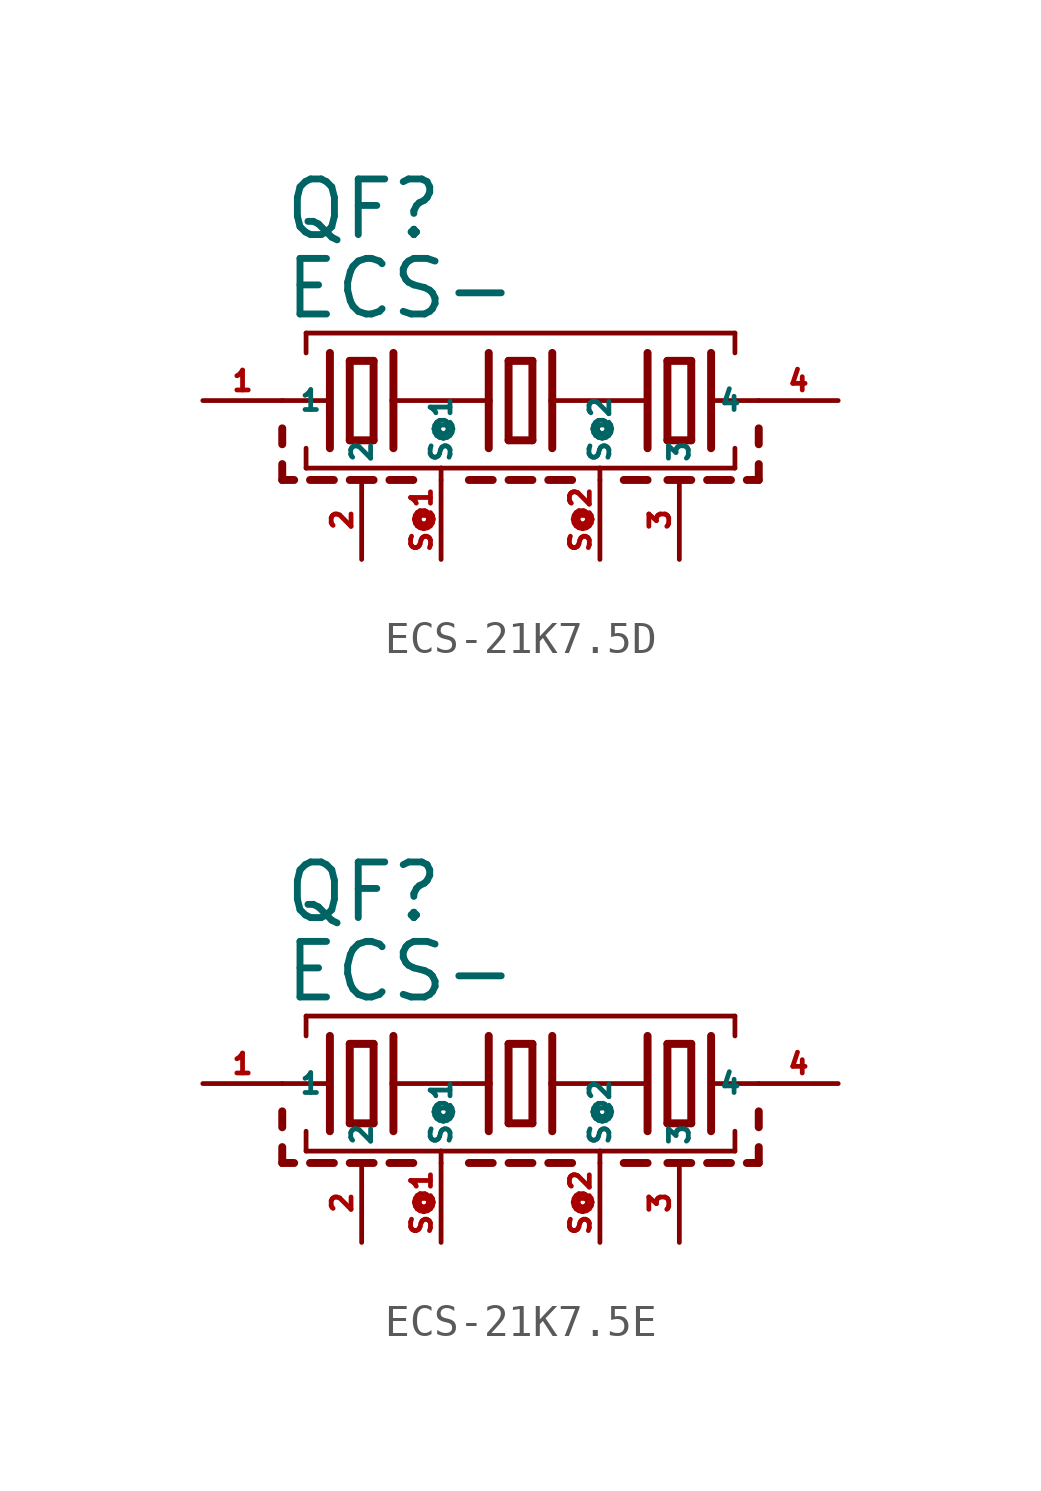
<source format=kicad_sym>
(kicad_symbol_lib
  (version 20220914)
  (generator Eagle2Kicad)
  (symbol "ECS-21K7.5D"
    (property "Reference" "QF"
      (at -7.62 5.08 0)
      (effects (font (size 1.778 1.778) (thickness 0.22)) (justify left bottom)))
    (property "Value" "ECS-"
      (at -7.62 2.54 0)
      (effects (font (size 1.778 1.778) (thickness 0.22)) (justify left bottom)))
    (polyline
      (pts (xy 6.096 0) (xy 7.62 0))
      (stroke (width 0.152) (type default))
      (fill (type none)))
    (polyline
      (pts (xy -7.62 0) (xy -6.096 0))
      (stroke (width 0.152) (type default))
      (fill (type none)))
    (polyline
      (pts (xy -0.381 1.27) (xy -0.381 -1.27))
      (stroke (width 0.254) (type default))
      (fill (type none)))
    (polyline
      (pts (xy -0.381 -1.27) (xy 0.381 -1.27))
      (stroke (width 0.254) (type default))
      (fill (type none)))
    (polyline
      (pts (xy 0.381 -1.27) (xy 0.381 1.27))
      (stroke (width 0.254) (type default))
      (fill (type none)))
    (polyline
      (pts (xy 0.381 1.27) (xy -0.381 1.27))
      (stroke (width 0.254) (type default))
      (fill (type none)))
    (polyline
      (pts (xy 6.096 1.524) (xy 6.096 -1.524))
      (stroke (width 0.254) (type default))
      (fill (type none)))
    (polyline
      (pts (xy -6.096 1.524) (xy -6.096 -1.524))
      (stroke (width 0.254) (type default))
      (fill (type none)))
    (polyline
      (pts (xy -6.858 1.524) (xy -6.858 2.159))
      (stroke (width 0.152) (type default))
      (fill (type none)))
    (polyline
      (pts (xy -6.858 2.159) (xy 6.858 2.159))
      (stroke (width 0.152) (type default))
      (fill (type none)))
    (polyline
      (pts (xy 6.858 2.159) (xy 6.858 1.524))
      (stroke (width 0.152) (type default))
      (fill (type none)))
    (polyline
      (pts (xy 6.858 -1.524) (xy 6.858 -2.159))
      (stroke (width 0.152) (type default))
      (fill (type none)))
    (polyline
      (pts (xy -6.858 -2.159) (xy -2.54 -2.159))
      (stroke (width 0.152) (type default))
      (fill (type none)))
    (polyline
      (pts (xy -2.54 -2.159) (xy 2.54 -2.159))
      (stroke (width 0.152) (type default))
      (fill (type none)))
    (polyline
      (pts (xy 2.54 -2.159) (xy 6.858 -2.159))
      (stroke (width 0.152) (type default))
      (fill (type none)))
    (polyline
      (pts (xy -6.858 -2.159) (xy -6.858 -1.524))
      (stroke (width 0.152) (type default))
      (fill (type none)))
    (polyline
      (pts (xy -1.016 1.524) (xy -1.016 0))
      (stroke (width 0.254) (type default))
      (fill (type none)))
    (polyline
      (pts (xy -1.016 0) (xy -1.016 -1.524))
      (stroke (width 0.254) (type default))
      (fill (type none)))
    (polyline
      (pts (xy 1.016 1.524) (xy 1.016 0))
      (stroke (width 0.254) (type default))
      (fill (type none)))
    (polyline
      (pts (xy 1.016 0) (xy 1.016 -1.524))
      (stroke (width 0.254) (type default))
      (fill (type none)))
    (polyline
      (pts (xy -4.699 1.27) (xy -5.461 1.27))
      (stroke (width 0.254) (type default))
      (fill (type none)))
    (polyline
      (pts (xy -5.461 -1.27) (xy -4.699 -1.27))
      (stroke (width 0.254) (type default))
      (fill (type none)))
    (polyline
      (pts (xy -5.461 1.27) (xy -5.461 -1.27))
      (stroke (width 0.254) (type default))
      (fill (type none)))
    (polyline
      (pts (xy -4.699 -1.27) (xy -4.699 1.27))
      (stroke (width 0.254) (type default))
      (fill (type none)))
    (polyline
      (pts (xy 5.461 -1.27) (xy 5.461 1.27))
      (stroke (width 0.254) (type default))
      (fill (type none)))
    (polyline
      (pts (xy 4.699 1.27) (xy 4.699 -1.27))
      (stroke (width 0.254) (type default))
      (fill (type none)))
    (polyline
      (pts (xy 5.461 1.27) (xy 4.699 1.27))
      (stroke (width 0.254) (type default))
      (fill (type none)))
    (polyline
      (pts (xy 4.699 -1.27) (xy 5.461 -1.27))
      (stroke (width 0.254) (type default))
      (fill (type none)))
    (polyline
      (pts (xy 4.064 1.524) (xy 4.064 -1.524))
      (stroke (width 0.254) (type default))
      (fill (type none)))
    (polyline
      (pts (xy -4.064 1.524) (xy -4.064 0))
      (stroke (width 0.254) (type default))
      (fill (type none)))
    (polyline
      (pts (xy -4.064 0) (xy -4.064 -1.524))
      (stroke (width 0.254) (type default))
      (fill (type none)))
    (polyline
      (pts (xy -4.064 0) (xy -1.016 0))
      (stroke (width 0.152) (type default))
      (fill (type none)))
    (polyline
      (pts (xy 1.016 0) (xy 4.064 0))
      (stroke (width 0.152) (type default))
      (fill (type none)))
    (polyline
      (pts (xy -7.62 -2.032) (xy -7.62 -2.54))
      (stroke (width 0.254) (type default))
      (fill (type none)))
    (polyline
      (pts (xy -7.62 -2.54) (xy -7.239 -2.54))
      (stroke (width 0.254) (type default))
      (fill (type none)))
    (polyline
      (pts (xy -5.461 -2.54) (xy -4.699 -2.54))
      (stroke (width 0.254) (type default))
      (fill (type none)))
    (polyline
      (pts (xy -6.731 -2.54) (xy -5.969 -2.54))
      (stroke (width 0.254) (type default))
      (fill (type none)))
    (polyline
      (pts (xy 4.699 -2.54) (xy 5.461 -2.54))
      (stroke (width 0.254) (type default))
      (fill (type none)))
    (polyline
      (pts (xy -4.191 -2.54) (xy -3.429 -2.54))
      (stroke (width 0.254) (type default))
      (fill (type none)))
    (polyline
      (pts (xy -1.651 -2.54) (xy -0.889 -2.54))
      (stroke (width 0.254) (type default))
      (fill (type none)))
    (polyline
      (pts (xy -0.381 -2.54) (xy 0.381 -2.54))
      (stroke (width 0.254) (type default))
      (fill (type none)))
    (polyline
      (pts (xy 0.889 -2.54) (xy 1.651 -2.54))
      (stroke (width 0.254) (type default))
      (fill (type none)))
    (polyline
      (pts (xy 3.302 -2.54) (xy 4.064 -2.54))
      (stroke (width 0.254) (type default))
      (fill (type none)))
    (polyline
      (pts (xy -2.54 -2.54) (xy -2.54 -2.159))
      (stroke (width 0.152) (type default))
      (fill (type none)))
    (polyline
      (pts (xy 2.54 -2.54) (xy 2.54 -2.159))
      (stroke (width 0.152) (type default))
      (fill (type none)))
    (polyline
      (pts (xy 7.62 -2.54) (xy 7.239 -2.54))
      (stroke (width 0.254) (type default))
      (fill (type none)))
    (polyline
      (pts (xy 6.731 -2.54) (xy 5.969 -2.54))
      (stroke (width 0.254) (type default))
      (fill (type none)))
    (polyline
      (pts (xy 7.62 -2.032) (xy 7.62 -2.54))
      (stroke (width 0.254) (type default))
      (fill (type none)))
    (polyline
      (pts (xy -7.62 -0.889) (xy -7.62 -1.397))
      (stroke (width 0.254) (type default))
      (fill (type none)))
    (polyline
      (pts (xy 7.62 -0.889) (xy 7.62 -1.397))
      (stroke (width 0.254) (type default))
      (fill (type none)))
    (pin passive line
      (at 10.16 0 180)
      (length 2.54)
      (name "4" (effects (font (size 0.635 0.635) (thickness 0.08)) (justify left bottom)))
      (number "4" (effects (font (size 0.635 0.635) (thickness 0.08)) (justify left bottom))))
    (pin passive line
      (at -10.16 0 0)
      (length 2.54)
      (name "1" (effects (font (size 0.635 0.635) (thickness 0.08)) (justify left bottom)))
      (number "1" (effects (font (size 0.635 0.635) (thickness 0.08)) (justify left bottom))))
    (pin passive line
      (at -5.08 -5.08 90)
      (length 2.54)
      (name "2" (effects (font (size 0.635 0.635) (thickness 0.08)) (justify left bottom)))
      (number "2" (effects (font (size 0.635 0.635) (thickness 0.08)) (justify left bottom))))
    (pin passive line
      (at 5.08 -5.08 90)
      (length 2.54)
      (name "3" (effects (font (size 0.635 0.635) (thickness 0.08)) (justify left bottom)))
      (number "3" (effects (font (size 0.635 0.635) (thickness 0.08)) (justify left bottom))))
    (pin passive line
      (at -2.54 -5.08 90)
      (length 2.54)
      (name "S@1" (effects (font (size 0.635 0.635) (thickness 0.08)) (justify left bottom)))
      (number "S@1" (effects (font (size 0.635 0.635) (thickness 0.08)) (justify left bottom))))
    (pin passive line
      (at 2.54 -5.08 90)
      (length 2.54)
      (name "S@2" (effects (font (size 0.635 0.635) (thickness 0.08)) (justify left bottom)))
      (number "S@2" (effects (font (size 0.635 0.635) (thickness 0.08)) (justify left bottom)))))
  (symbol "ECS-21K7.5E"
    (property "Reference" "QF"
      (at -7.62 5.08 0)
      (effects (font (size 1.778 1.778) (thickness 0.22)) (justify left bottom)))
    (property "Value" "ECS-"
      (at -7.62 2.54 0)
      (effects (font (size 1.778 1.778) (thickness 0.22)) (justify left bottom)))
    (polyline
      (pts (xy 6.096 0) (xy 7.62 0))
      (stroke (width 0.152) (type default))
      (fill (type none)))
    (polyline
      (pts (xy -7.62 0) (xy -6.096 0))
      (stroke (width 0.152) (type default))
      (fill (type none)))
    (polyline
      (pts (xy -0.381 1.27) (xy -0.381 -1.27))
      (stroke (width 0.254) (type default))
      (fill (type none)))
    (polyline
      (pts (xy -0.381 -1.27) (xy 0.381 -1.27))
      (stroke (width 0.254) (type default))
      (fill (type none)))
    (polyline
      (pts (xy 0.381 -1.27) (xy 0.381 1.27))
      (stroke (width 0.254) (type default))
      (fill (type none)))
    (polyline
      (pts (xy 0.381 1.27) (xy -0.381 1.27))
      (stroke (width 0.254) (type default))
      (fill (type none)))
    (polyline
      (pts (xy 6.096 1.524) (xy 6.096 -1.524))
      (stroke (width 0.254) (type default))
      (fill (type none)))
    (polyline
      (pts (xy -6.096 1.524) (xy -6.096 -1.524))
      (stroke (width 0.254) (type default))
      (fill (type none)))
    (polyline
      (pts (xy -6.858 1.524) (xy -6.858 2.159))
      (stroke (width 0.152) (type default))
      (fill (type none)))
    (polyline
      (pts (xy -6.858 2.159) (xy 6.858 2.159))
      (stroke (width 0.152) (type default))
      (fill (type none)))
    (polyline
      (pts (xy 6.858 2.159) (xy 6.858 1.524))
      (stroke (width 0.152) (type default))
      (fill (type none)))
    (polyline
      (pts (xy 6.858 -1.524) (xy 6.858 -2.159))
      (stroke (width 0.152) (type default))
      (fill (type none)))
    (polyline
      (pts (xy -6.858 -2.159) (xy -2.54 -2.159))
      (stroke (width 0.152) (type default))
      (fill (type none)))
    (polyline
      (pts (xy -2.54 -2.159) (xy 2.54 -2.159))
      (stroke (width 0.152) (type default))
      (fill (type none)))
    (polyline
      (pts (xy 2.54 -2.159) (xy 6.858 -2.159))
      (stroke (width 0.152) (type default))
      (fill (type none)))
    (polyline
      (pts (xy -6.858 -2.159) (xy -6.858 -1.524))
      (stroke (width 0.152) (type default))
      (fill (type none)))
    (polyline
      (pts (xy -1.016 1.524) (xy -1.016 0))
      (stroke (width 0.254) (type default))
      (fill (type none)))
    (polyline
      (pts (xy -1.016 0) (xy -1.016 -1.524))
      (stroke (width 0.254) (type default))
      (fill (type none)))
    (polyline
      (pts (xy 1.016 1.524) (xy 1.016 0))
      (stroke (width 0.254) (type default))
      (fill (type none)))
    (polyline
      (pts (xy 1.016 0) (xy 1.016 -1.524))
      (stroke (width 0.254) (type default))
      (fill (type none)))
    (polyline
      (pts (xy -4.699 1.27) (xy -5.461 1.27))
      (stroke (width 0.254) (type default))
      (fill (type none)))
    (polyline
      (pts (xy -5.461 -1.27) (xy -4.699 -1.27))
      (stroke (width 0.254) (type default))
      (fill (type none)))
    (polyline
      (pts (xy -5.461 1.27) (xy -5.461 -1.27))
      (stroke (width 0.254) (type default))
      (fill (type none)))
    (polyline
      (pts (xy -4.699 -1.27) (xy -4.699 1.27))
      (stroke (width 0.254) (type default))
      (fill (type none)))
    (polyline
      (pts (xy 5.461 -1.27) (xy 5.461 1.27))
      (stroke (width 0.254) (type default))
      (fill (type none)))
    (polyline
      (pts (xy 4.699 1.27) (xy 4.699 -1.27))
      (stroke (width 0.254) (type default))
      (fill (type none)))
    (polyline
      (pts (xy 5.461 1.27) (xy 4.699 1.27))
      (stroke (width 0.254) (type default))
      (fill (type none)))
    (polyline
      (pts (xy 4.699 -1.27) (xy 5.461 -1.27))
      (stroke (width 0.254) (type default))
      (fill (type none)))
    (polyline
      (pts (xy 4.064 1.524) (xy 4.064 -1.524))
      (stroke (width 0.254) (type default))
      (fill (type none)))
    (polyline
      (pts (xy -4.064 1.524) (xy -4.064 0))
      (stroke (width 0.254) (type default))
      (fill (type none)))
    (polyline
      (pts (xy -4.064 0) (xy -4.064 -1.524))
      (stroke (width 0.254) (type default))
      (fill (type none)))
    (polyline
      (pts (xy -4.064 0) (xy -1.016 0))
      (stroke (width 0.152) (type default))
      (fill (type none)))
    (polyline
      (pts (xy 1.016 0) (xy 4.064 0))
      (stroke (width 0.152) (type default))
      (fill (type none)))
    (polyline
      (pts (xy -7.62 -2.032) (xy -7.62 -2.54))
      (stroke (width 0.254) (type default))
      (fill (type none)))
    (polyline
      (pts (xy -7.62 -2.54) (xy -7.239 -2.54))
      (stroke (width 0.254) (type default))
      (fill (type none)))
    (polyline
      (pts (xy -5.461 -2.54) (xy -4.699 -2.54))
      (stroke (width 0.254) (type default))
      (fill (type none)))
    (polyline
      (pts (xy -6.731 -2.54) (xy -5.969 -2.54))
      (stroke (width 0.254) (type default))
      (fill (type none)))
    (polyline
      (pts (xy 4.699 -2.54) (xy 5.461 -2.54))
      (stroke (width 0.254) (type default))
      (fill (type none)))
    (polyline
      (pts (xy -4.191 -2.54) (xy -3.429 -2.54))
      (stroke (width 0.254) (type default))
      (fill (type none)))
    (polyline
      (pts (xy -1.651 -2.54) (xy -0.889 -2.54))
      (stroke (width 0.254) (type default))
      (fill (type none)))
    (polyline
      (pts (xy -0.381 -2.54) (xy 0.381 -2.54))
      (stroke (width 0.254) (type default))
      (fill (type none)))
    (polyline
      (pts (xy 0.889 -2.54) (xy 1.651 -2.54))
      (stroke (width 0.254) (type default))
      (fill (type none)))
    (polyline
      (pts (xy 3.302 -2.54) (xy 4.064 -2.54))
      (stroke (width 0.254) (type default))
      (fill (type none)))
    (polyline
      (pts (xy -2.54 -2.54) (xy -2.54 -2.159))
      (stroke (width 0.152) (type default))
      (fill (type none)))
    (polyline
      (pts (xy 2.54 -2.54) (xy 2.54 -2.159))
      (stroke (width 0.152) (type default))
      (fill (type none)))
    (polyline
      (pts (xy 7.62 -2.54) (xy 7.239 -2.54))
      (stroke (width 0.254) (type default))
      (fill (type none)))
    (polyline
      (pts (xy 6.731 -2.54) (xy 5.969 -2.54))
      (stroke (width 0.254) (type default))
      (fill (type none)))
    (polyline
      (pts (xy 7.62 -2.032) (xy 7.62 -2.54))
      (stroke (width 0.254) (type default))
      (fill (type none)))
    (polyline
      (pts (xy -7.62 -0.889) (xy -7.62 -1.397))
      (stroke (width 0.254) (type default))
      (fill (type none)))
    (polyline
      (pts (xy 7.62 -0.889) (xy 7.62 -1.397))
      (stroke (width 0.254) (type default))
      (fill (type none)))
    (pin passive line
      (at 10.16 0 180)
      (length 2.54)
      (name "4" (effects (font (size 0.635 0.635) (thickness 0.08)) (justify left bottom)))
      (number "4" (effects (font (size 0.635 0.635) (thickness 0.08)) (justify left bottom))))
    (pin passive line
      (at -10.16 0 0)
      (length 2.54)
      (name "1" (effects (font (size 0.635 0.635) (thickness 0.08)) (justify left bottom)))
      (number "1" (effects (font (size 0.635 0.635) (thickness 0.08)) (justify left bottom))))
    (pin passive line
      (at -5.08 -5.08 90)
      (length 2.54)
      (name "2" (effects (font (size 0.635 0.635) (thickness 0.08)) (justify left bottom)))
      (number "2" (effects (font (size 0.635 0.635) (thickness 0.08)) (justify left bottom))))
    (pin passive line
      (at 5.08 -5.08 90)
      (length 2.54)
      (name "3" (effects (font (size 0.635 0.635) (thickness 0.08)) (justify left bottom)))
      (number "3" (effects (font (size 0.635 0.635) (thickness 0.08)) (justify left bottom))))
    (pin passive line
      (at -2.54 -5.08 90)
      (length 2.54)
      (name "S@1" (effects (font (size 0.635 0.635) (thickness 0.08)) (justify left bottom)))
      (number "S@1" (effects (font (size 0.635 0.635) (thickness 0.08)) (justify left bottom))))
    (pin passive line
      (at 2.54 -5.08 90)
      (length 2.54)
      (name "S@2" (effects (font (size 0.635 0.635) (thickness 0.08)) (justify left bottom)))
      (number "S@2" (effects (font (size 0.635 0.635) (thickness 0.08)) (justify left bottom))))))
</source>
